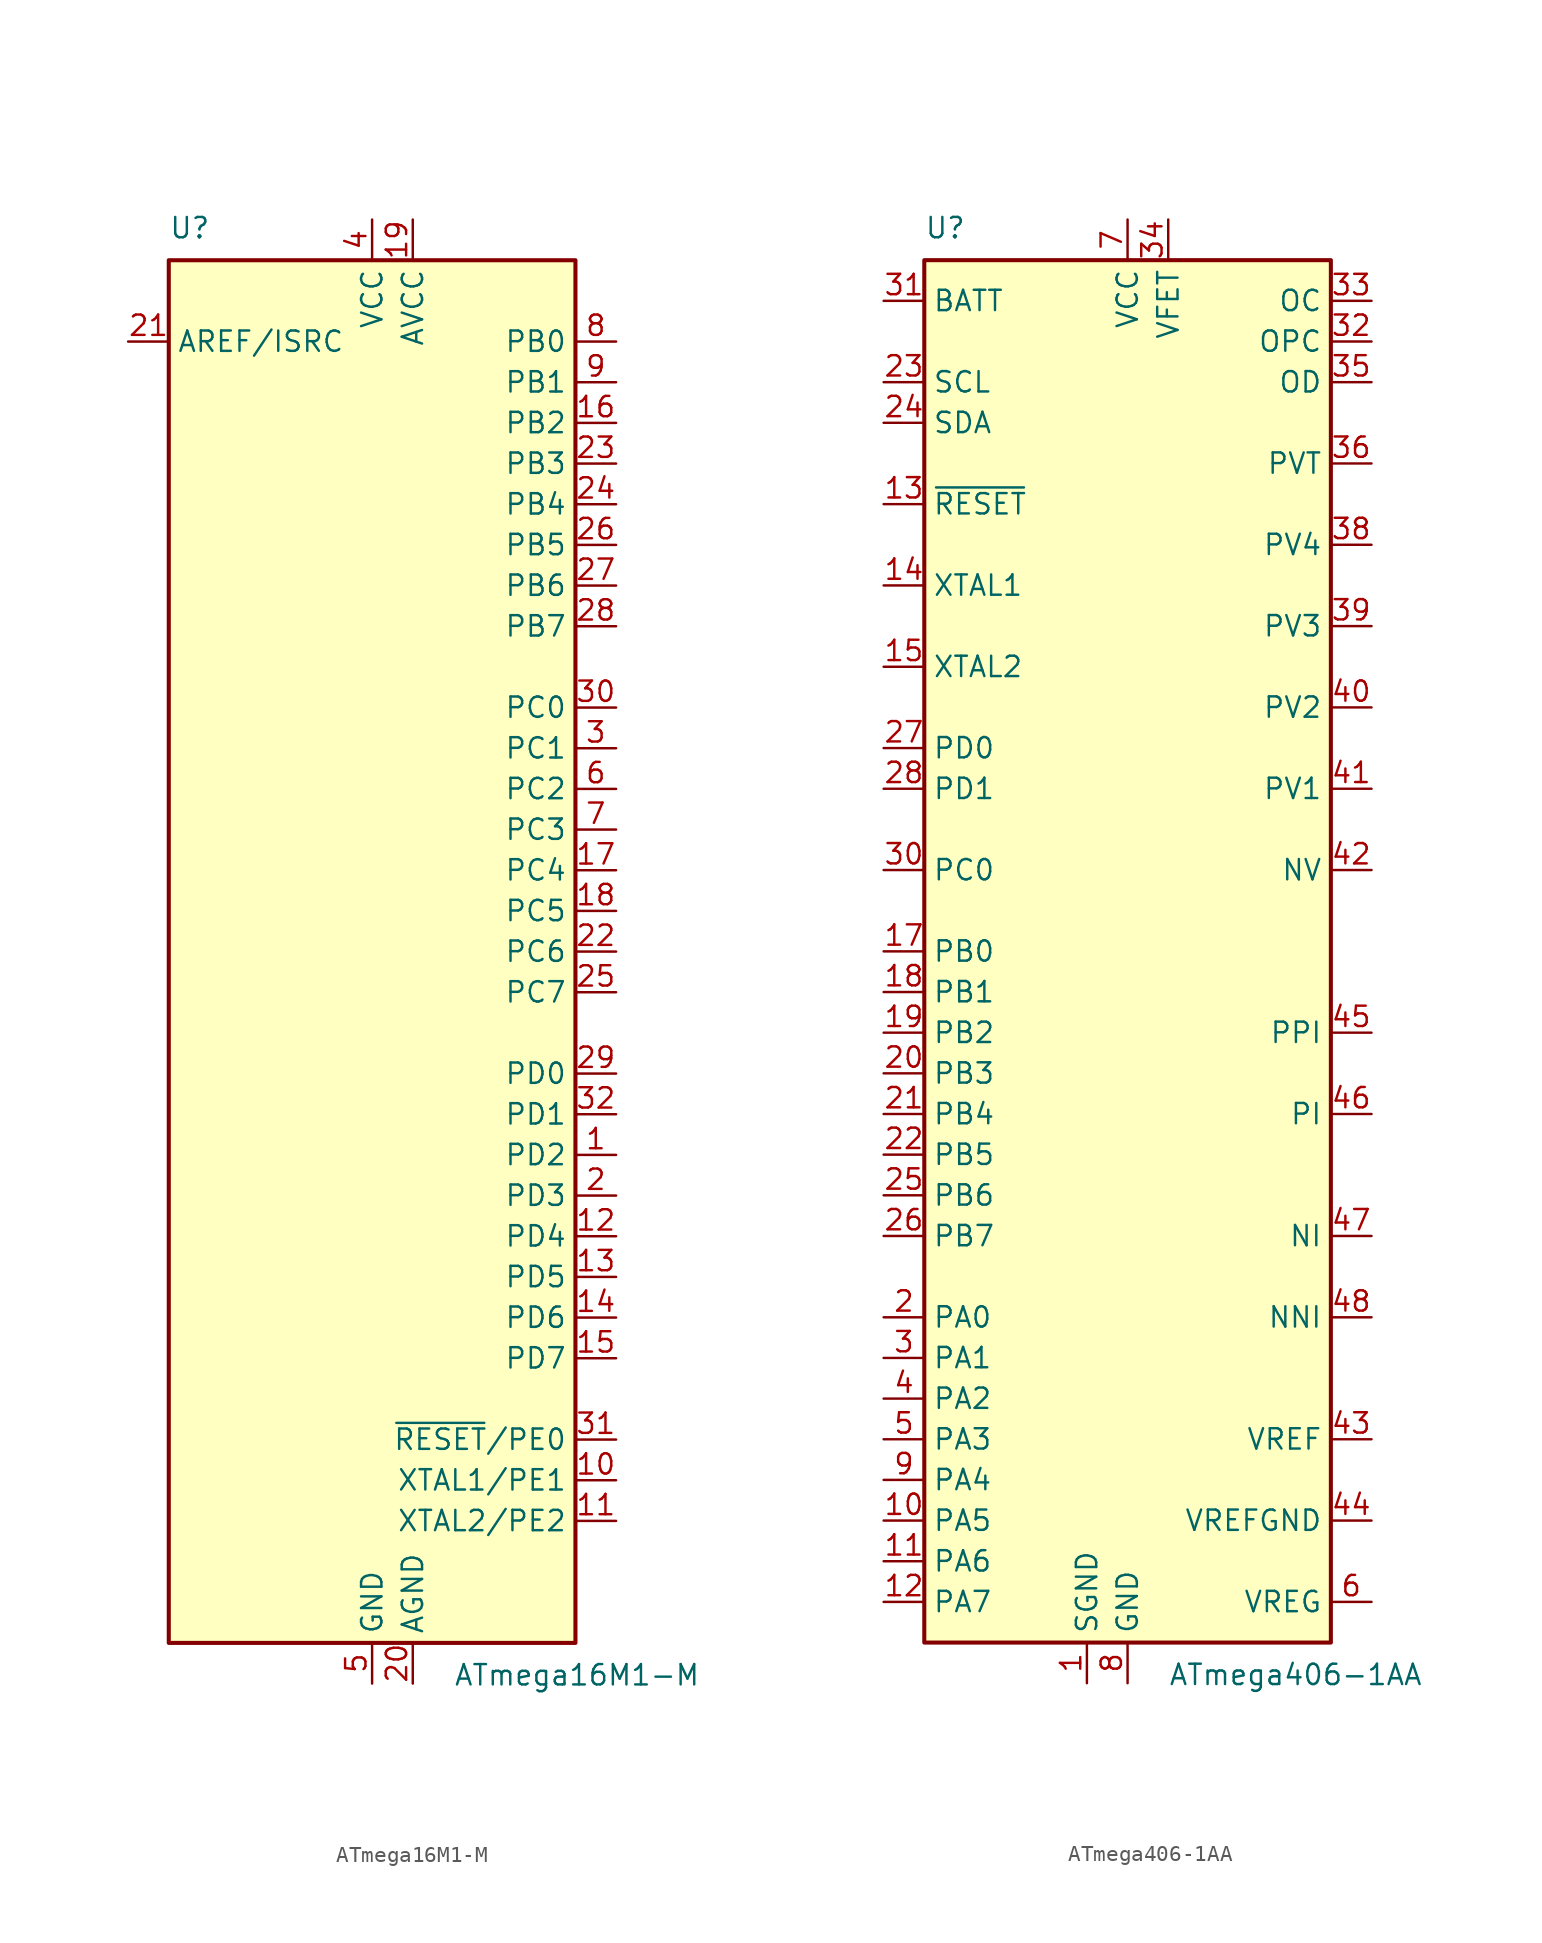
<source format=kicad_sym>
(kicad_symbol_lib
  (version 20220914)
  (generator kicad_symbol_editor)
  (symbol "ATmega16M1-M"
    (property "Reference" "U"
      (at -12.7 44.45 0)
      (effects (font (size 1.27 1.27)) (justify left bottom)))
    (property "Value" "ATmega16M1-M"
      (at 5.08 -44.45 0)
      (effects (font (size 1.27 1.27)) (justify left top)))
    (symbol "ATmega16M1-M_0_1"
      (rectangle (start -12.7 -43.18) (end 12.7 43.18) (stroke (width 0.254) (type default)) (fill (type background))))
    (symbol "ATmega16M1-M_1_1"
      (pin bidirectional line (at 15.24 -12.7 180) (length 2.54) (name "PD2" (effects (font (size 1.27 1.27)))) (number "1" (effects (font (size 1.27 1.27)))))
      (pin bidirectional line (at 15.24 -33.02 180) (length 2.54) (name "XTAL1/PE1" (effects (font (size 1.27 1.27)))) (number "10" (effects (font (size 1.27 1.27)))))
      (pin bidirectional line (at 15.24 -35.56 180) (length 2.54) (name "XTAL2/PE2" (effects (font (size 1.27 1.27)))) (number "11" (effects (font (size 1.27 1.27)))))
      (pin bidirectional line (at 15.24 -17.78 180) (length 2.54) (name "PD4" (effects (font (size 1.27 1.27)))) (number "12" (effects (font (size 1.27 1.27)))))
      (pin bidirectional line (at 15.24 -20.32 180) (length 2.54) (name "PD5" (effects (font (size 1.27 1.27)))) (number "13" (effects (font (size 1.27 1.27)))))
      (pin bidirectional line (at 15.24 -22.86 180) (length 2.54) (name "PD6" (effects (font (size 1.27 1.27)))) (number "14" (effects (font (size 1.27 1.27)))))
      (pin bidirectional line (at 15.24 -25.4 180) (length 2.54) (name "PD7" (effects (font (size 1.27 1.27)))) (number "15" (effects (font (size 1.27 1.27)))))
      (pin bidirectional line (at 15.24 33.02 180) (length 2.54) (name "PB2" (effects (font (size 1.27 1.27)))) (number "16" (effects (font (size 1.27 1.27)))))
      (pin bidirectional line (at 15.24 5.08 180) (length 2.54) (name "PC4" (effects (font (size 1.27 1.27)))) (number "17" (effects (font (size 1.27 1.27)))))
      (pin bidirectional line (at 15.24 2.54 180) (length 2.54) (name "PC5" (effects (font (size 1.27 1.27)))) (number "18" (effects (font (size 1.27 1.27)))))
      (pin power_in line (at 2.54 45.72 270) (length 2.54) (name "AVCC" (effects (font (size 1.27 1.27)))) (number "19" (effects (font (size 1.27 1.27)))))
      (pin bidirectional line (at 15.24 -15.24 180) (length 2.54) (name "PD3" (effects (font (size 1.27 1.27)))) (number "2" (effects (font (size 1.27 1.27)))))
      (pin power_in line (at 2.54 -45.72 90) (length 2.54) (name "AGND" (effects (font (size 1.27 1.27)))) (number "20" (effects (font (size 1.27 1.27)))))
      (pin passive line (at -15.24 38.1 0) (length 2.54) (name "AREF/ISRC" (effects (font (size 1.27 1.27)))) (number "21" (effects (font (size 1.27 1.27)))))
      (pin bidirectional line (at 15.24 0 180) (length 2.54) (name "PC6" (effects (font (size 1.27 1.27)))) (number "22" (effects (font (size 1.27 1.27)))))
      (pin bidirectional line (at 15.24 30.48 180) (length 2.54) (name "PB3" (effects (font (size 1.27 1.27)))) (number "23" (effects (font (size 1.27 1.27)))))
      (pin bidirectional line (at 15.24 27.94 180) (length 2.54) (name "PB4" (effects (font (size 1.27 1.27)))) (number "24" (effects (font (size 1.27 1.27)))))
      (pin bidirectional line (at 15.24 -2.54 180) (length 2.54) (name "PC7" (effects (font (size 1.27 1.27)))) (number "25" (effects (font (size 1.27 1.27)))))
      (pin bidirectional line (at 15.24 25.4 180) (length 2.54) (name "PB5" (effects (font (size 1.27 1.27)))) (number "26" (effects (font (size 1.27 1.27)))))
      (pin bidirectional line (at 15.24 22.86 180) (length 2.54) (name "PB6" (effects (font (size 1.27 1.27)))) (number "27" (effects (font (size 1.27 1.27)))))
      (pin bidirectional line (at 15.24 20.32 180) (length 2.54) (name "PB7" (effects (font (size 1.27 1.27)))) (number "28" (effects (font (size 1.27 1.27)))))
      (pin bidirectional line (at 15.24 -7.62 180) (length 2.54) (name "PD0" (effects (font (size 1.27 1.27)))) (number "29" (effects (font (size 1.27 1.27)))))
      (pin bidirectional line (at 15.24 12.7 180) (length 2.54) (name "PC1" (effects (font (size 1.27 1.27)))) (number "3" (effects (font (size 1.27 1.27)))))
      (pin bidirectional line (at 15.24 15.24 180) (length 2.54) (name "PC0" (effects (font (size 1.27 1.27)))) (number "30" (effects (font (size 1.27 1.27)))))
      (pin bidirectional line (at 15.24 -30.48 180) (length 2.54) (name "~{RESET}/PE0" (effects (font (size 1.27 1.27)))) (number "31" (effects (font (size 1.27 1.27)))))
      (pin bidirectional line (at 15.24 -10.16 180) (length 2.54) (name "PD1" (effects (font (size 1.27 1.27)))) (number "32" (effects (font (size 1.27 1.27)))))
      (pin passive line (at 0 -45.72 90) (length 2.54) hide (name "GND" (effects (font (size 1.27 1.27)))) (number "33" (effects (font (size 1.27 1.27)))))
      (pin power_in line (at 0 45.72 270) (length 2.54) (name "VCC" (effects (font (size 1.27 1.27)))) (number "4" (effects (font (size 1.27 1.27)))))
      (pin power_in line (at 0 -45.72 90) (length 2.54) (name "GND" (effects (font (size 1.27 1.27)))) (number "5" (effects (font (size 1.27 1.27)))))
      (pin bidirectional line (at 15.24 10.16 180) (length 2.54) (name "PC2" (effects (font (size 1.27 1.27)))) (number "6" (effects (font (size 1.27 1.27)))))
      (pin bidirectional line (at 15.24 7.62 180) (length 2.54) (name "PC3" (effects (font (size 1.27 1.27)))) (number "7" (effects (font (size 1.27 1.27)))))
      (pin bidirectional line (at 15.24 38.1 180) (length 2.54) (name "PB0" (effects (font (size 1.27 1.27)))) (number "8" (effects (font (size 1.27 1.27)))))
      (pin bidirectional line (at 15.24 35.56 180) (length 2.54) (name "PB1" (effects (font (size 1.27 1.27)))) (number "9" (effects (font (size 1.27 1.27)))))))
  (symbol "ATmega406-1AA"
    (property "Reference" "U"
      (at -12.7 44.45 0)
      (effects (font (size 1.27 1.27)) (justify left bottom)))
    (property "Value" "ATmega406-1AA"
      (at 2.54 -44.45 0)
      (effects (font (size 1.27 1.27)) (justify left top)))
    (symbol "ATmega406-1AA_1_1"
      (rectangle (start -12.7 43.18) (end 12.7 -43.18) (stroke (width 0.254) (type default)) (fill (type background)))
      (pin power_in line (at -2.54 -45.72 90) (length 2.54) (name "SGND" (effects (font (size 1.27 1.27)))) (number "1" (effects (font (size 1.27 1.27)))))
      (pin bidirectional line (at -15.24 -35.56 0) (length 2.54) (name "PA5" (effects (font (size 1.27 1.27)))) (number "10" (effects (font (size 1.27 1.27)))))
      (pin bidirectional line (at -15.24 -38.1 0) (length 2.54) (name "PA6" (effects (font (size 1.27 1.27)))) (number "11" (effects (font (size 1.27 1.27)))))
      (pin bidirectional line (at -15.24 -40.64 0) (length 2.54) (name "PA7" (effects (font (size 1.27 1.27)))) (number "12" (effects (font (size 1.27 1.27)))))
      (pin input line (at -15.24 27.94 0) (length 2.54) (name "~{RESET}" (effects (font (size 1.27 1.27)))) (number "13" (effects (font (size 1.27 1.27)))))
      (pin input line (at -15.24 22.86 0) (length 2.54) (name "XTAL1" (effects (font (size 1.27 1.27)))) (number "14" (effects (font (size 1.27 1.27)))))
      (pin output line (at -15.24 17.78 0) (length 2.54) (name "XTAL2" (effects (font (size 1.27 1.27)))) (number "15" (effects (font (size 1.27 1.27)))))
      (pin passive line (at 0 -45.72 90) (length 2.54) hide (name "GND" (effects (font (size 1.27 1.27)))) (number "16" (effects (font (size 1.27 1.27)))))
      (pin bidirectional line (at -15.24 0 0) (length 2.54) (name "PB0" (effects (font (size 1.27 1.27)))) (number "17" (effects (font (size 1.27 1.27)))))
      (pin bidirectional line (at -15.24 -2.54 0) (length 2.54) (name "PB1" (effects (font (size 1.27 1.27)))) (number "18" (effects (font (size 1.27 1.27)))))
      (pin bidirectional line (at -15.24 -5.08 0) (length 2.54) (name "PB2" (effects (font (size 1.27 1.27)))) (number "19" (effects (font (size 1.27 1.27)))))
      (pin bidirectional line (at -15.24 -22.86 0) (length 2.54) (name "PA0" (effects (font (size 1.27 1.27)))) (number "2" (effects (font (size 1.27 1.27)))))
      (pin bidirectional line (at -15.24 -7.62 0) (length 2.54) (name "PB3" (effects (font (size 1.27 1.27)))) (number "20" (effects (font (size 1.27 1.27)))))
      (pin bidirectional line (at -15.24 -10.16 0) (length 2.54) (name "PB4" (effects (font (size 1.27 1.27)))) (number "21" (effects (font (size 1.27 1.27)))))
      (pin bidirectional line (at -15.24 -12.7 0) (length 2.54) (name "PB5" (effects (font (size 1.27 1.27)))) (number "22" (effects (font (size 1.27 1.27)))))
      (pin input line (at -15.24 35.56 0) (length 2.54) (name "SCL" (effects (font (size 1.27 1.27)))) (number "23" (effects (font (size 1.27 1.27)))))
      (pin bidirectional line (at -15.24 33.02 0) (length 2.54) (name "SDA" (effects (font (size 1.27 1.27)))) (number "24" (effects (font (size 1.27 1.27)))))
      (pin bidirectional line (at -15.24 -15.24 0) (length 2.54) (name "PB6" (effects (font (size 1.27 1.27)))) (number "25" (effects (font (size 1.27 1.27)))))
      (pin bidirectional line (at -15.24 -17.78 0) (length 2.54) (name "PB7" (effects (font (size 1.27 1.27)))) (number "26" (effects (font (size 1.27 1.27)))))
      (pin bidirectional line (at -15.24 12.7 0) (length 2.54) (name "PD0" (effects (font (size 1.27 1.27)))) (number "27" (effects (font (size 1.27 1.27)))))
      (pin bidirectional line (at -15.24 10.16 0) (length 2.54) (name "PD1" (effects (font (size 1.27 1.27)))) (number "28" (effects (font (size 1.27 1.27)))))
      (pin passive line (at 0 -45.72 90) (length 2.54) hide (name "GND" (effects (font (size 1.27 1.27)))) (number "29" (effects (font (size 1.27 1.27)))))
      (pin bidirectional line (at -15.24 -25.4 0) (length 2.54) (name "PA1" (effects (font (size 1.27 1.27)))) (number "3" (effects (font (size 1.27 1.27)))))
      (pin open_collector line (at -15.24 5.08 0) (length 2.54) (name "PC0" (effects (font (size 1.27 1.27)))) (number "30" (effects (font (size 1.27 1.27)))))
      (pin input line (at -15.24 40.64 0) (length 2.54) (name "BATT" (effects (font (size 1.27 1.27)))) (number "31" (effects (font (size 1.27 1.27)))))
      (pin output line (at 15.24 38.1 180) (length 2.54) (name "OPC" (effects (font (size 1.27 1.27)))) (number "32" (effects (font (size 1.27 1.27)))))
      (pin output line (at 15.24 40.64 180) (length 2.54) (name "OC" (effects (font (size 1.27 1.27)))) (number "33" (effects (font (size 1.27 1.27)))))
      (pin power_in line (at 2.54 45.72 270) (length 2.54) (name "VFET" (effects (font (size 1.27 1.27)))) (number "34" (effects (font (size 1.27 1.27)))))
      (pin output line (at 15.24 35.56 180) (length 2.54) (name "OD" (effects (font (size 1.27 1.27)))) (number "35" (effects (font (size 1.27 1.27)))))
      (pin input line (at 15.24 30.48 180) (length 2.54) (name "PVT" (effects (font (size 1.27 1.27)))) (number "36" (effects (font (size 1.27 1.27)))))
      (pin passive line (at 0 -45.72 90) (length 2.54) hide (name "GND" (effects (font (size 1.27 1.27)))) (number "37" (effects (font (size 1.27 1.27)))))
      (pin input line (at 15.24 25.4 180) (length 2.54) (name "PV4" (effects (font (size 1.27 1.27)))) (number "38" (effects (font (size 1.27 1.27)))))
      (pin input line (at 15.24 20.32 180) (length 2.54) (name "PV3" (effects (font (size 1.27 1.27)))) (number "39" (effects (font (size 1.27 1.27)))))
      (pin bidirectional line (at -15.24 -27.94 0) (length 2.54) (name "PA2" (effects (font (size 1.27 1.27)))) (number "4" (effects (font (size 1.27 1.27)))))
      (pin input line (at 15.24 15.24 180) (length 2.54) (name "PV2" (effects (font (size 1.27 1.27)))) (number "40" (effects (font (size 1.27 1.27)))))
      (pin input line (at 15.24 10.16 180) (length 2.54) (name "PV1" (effects (font (size 1.27 1.27)))) (number "41" (effects (font (size 1.27 1.27)))))
      (pin input line (at 15.24 5.08 180) (length 2.54) (name "NV" (effects (font (size 1.27 1.27)))) (number "42" (effects (font (size 1.27 1.27)))))
      (pin passive line (at 15.24 -30.48 180) (length 2.54) (name "VREF" (effects (font (size 1.27 1.27)))) (number "43" (effects (font (size 1.27 1.27)))))
      (pin passive line (at 15.24 -35.56 180) (length 2.54) (name "VREFGND" (effects (font (size 1.27 1.27)))) (number "44" (effects (font (size 1.27 1.27)))))
      (pin input line (at 15.24 -5.08 180) (length 2.54) (name "PPI" (effects (font (size 1.27 1.27)))) (number "45" (effects (font (size 1.27 1.27)))))
      (pin input line (at 15.24 -10.16 180) (length 2.54) (name "PI" (effects (font (size 1.27 1.27)))) (number "46" (effects (font (size 1.27 1.27)))))
      (pin input line (at 15.24 -17.78 180) (length 2.54) (name "NI" (effects (font (size 1.27 1.27)))) (number "47" (effects (font (size 1.27 1.27)))))
      (pin input line (at 15.24 -22.86 180) (length 2.54) (name "NNI" (effects (font (size 1.27 1.27)))) (number "48" (effects (font (size 1.27 1.27)))))
      (pin bidirectional line (at -15.24 -30.48 0) (length 2.54) (name "PA3" (effects (font (size 1.27 1.27)))) (number "5" (effects (font (size 1.27 1.27)))))
      (pin power_out line (at 15.24 -40.64 180) (length 2.54) (name "VREG" (effects (font (size 1.27 1.27)))) (number "6" (effects (font (size 1.27 1.27)))))
      (pin power_in line (at 0 45.72 270) (length 2.54) (name "VCC" (effects (font (size 1.27 1.27)))) (number "7" (effects (font (size 1.27 1.27)))))
      (pin power_in line (at 0 -45.72 90) (length 2.54) (name "GND" (effects (font (size 1.27 1.27)))) (number "8" (effects (font (size 1.27 1.27)))))
      (pin bidirectional line (at -15.24 -33.02 0) (length 2.54) (name "PA4" (effects (font (size 1.27 1.27)))) (number "9" (effects (font (size 1.27 1.27))))))))
</source>
